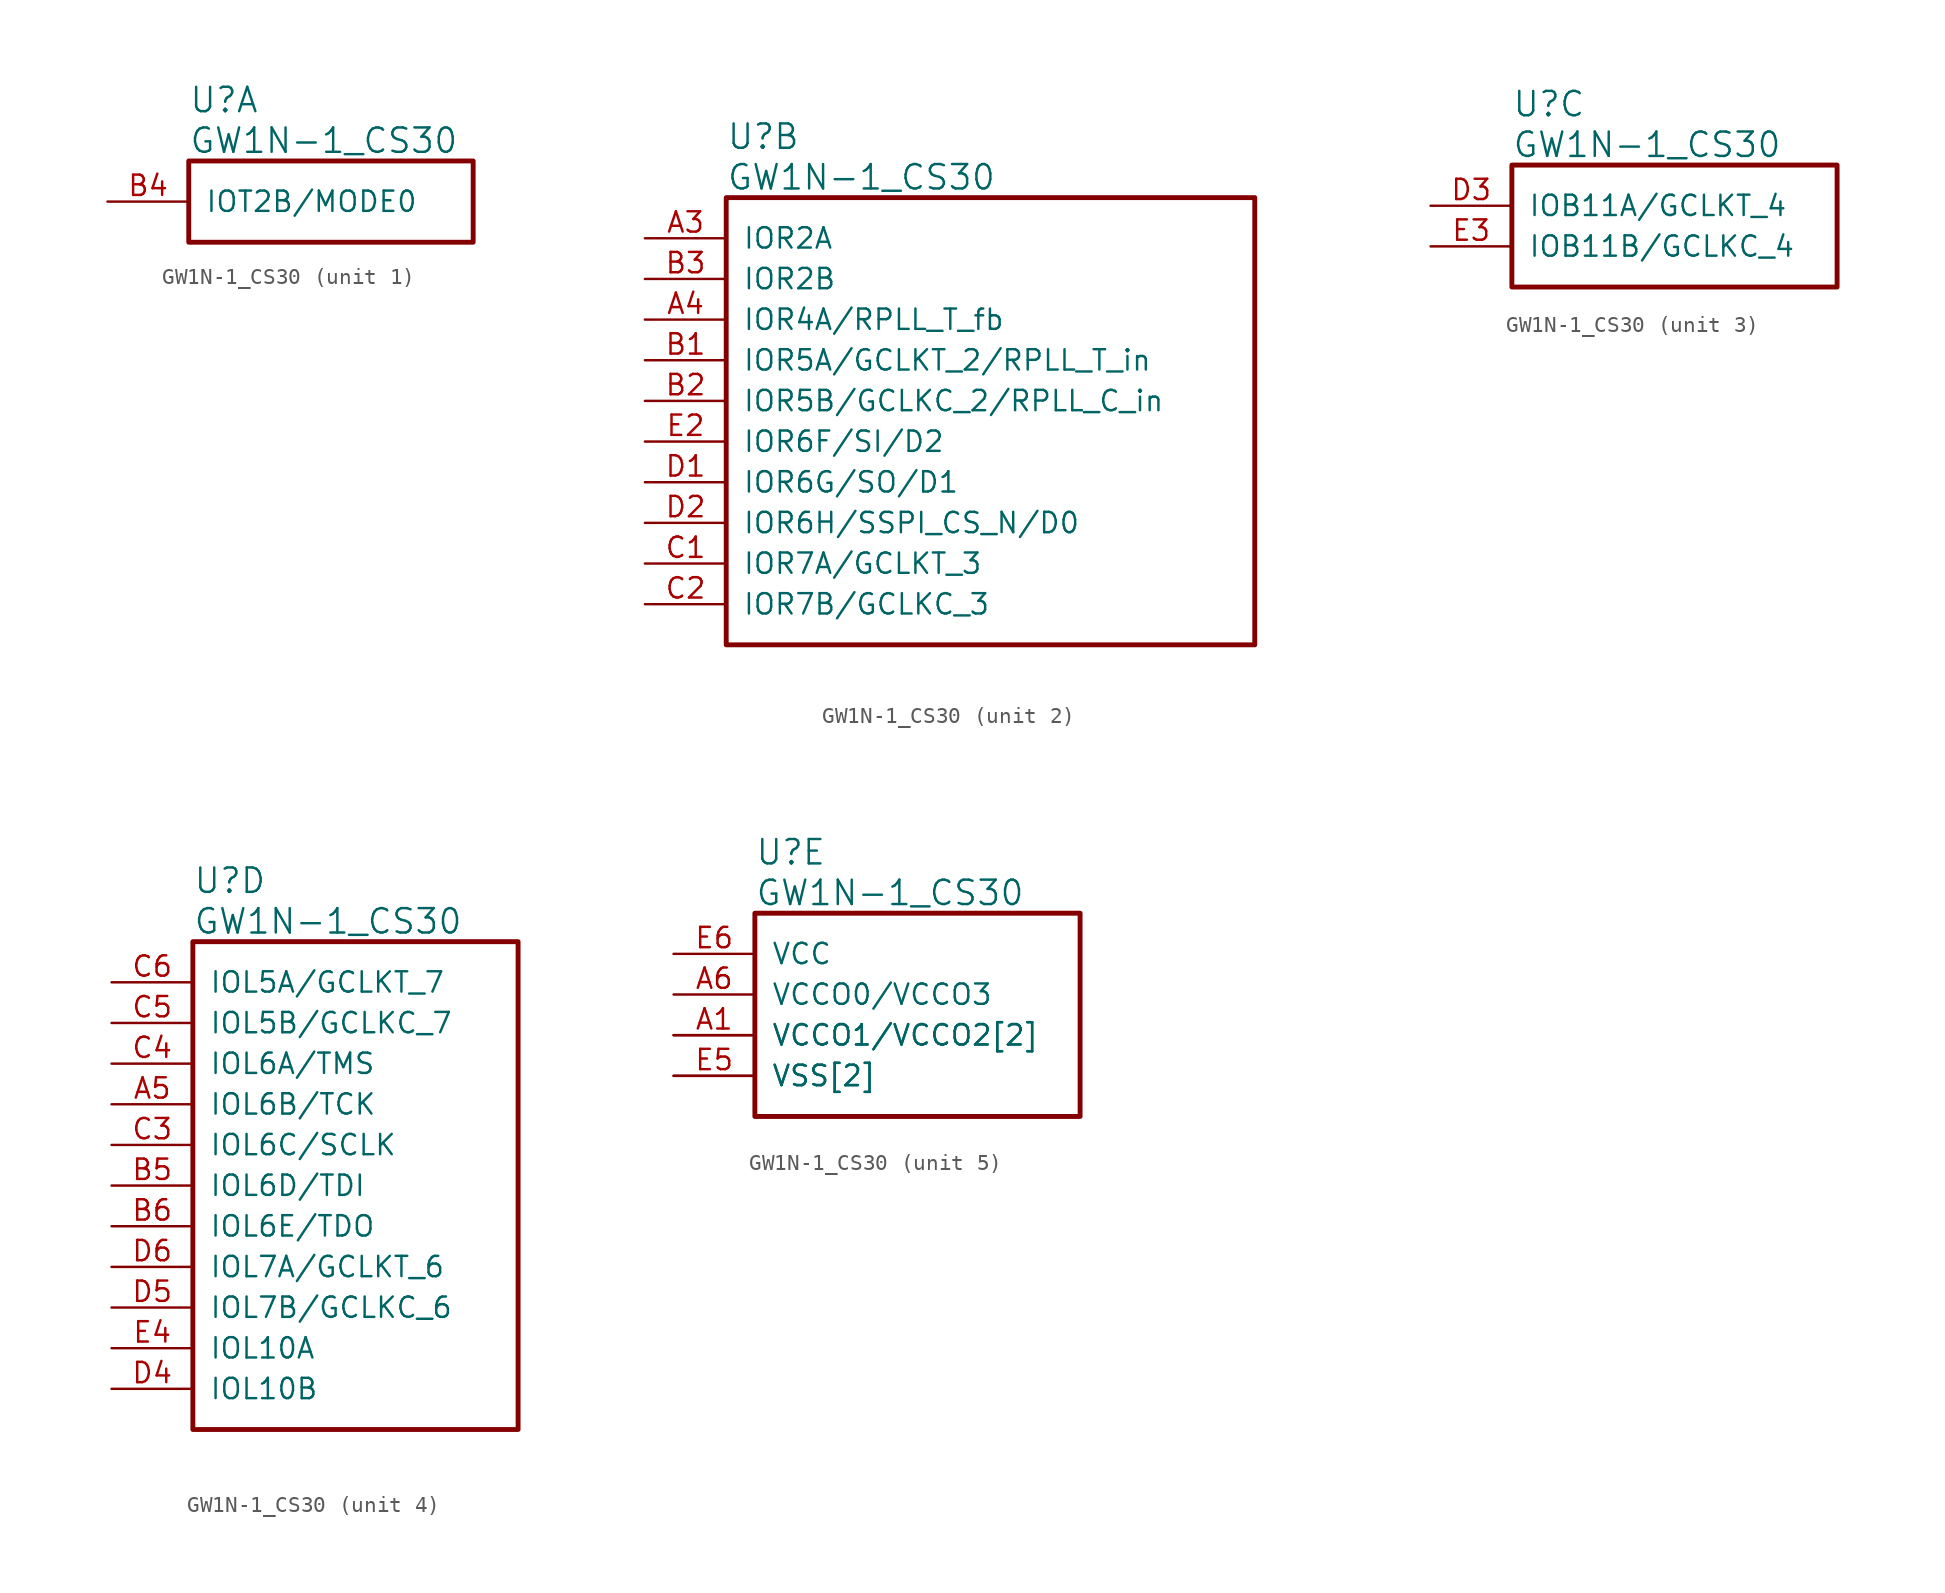
<source format=kicad_sym>
(kicad_symbol_lib
  (version 20241209)
  (generator "kicad_symbol_editor")
  (generator_version "9.0")
  (symbol "GW1N-1_CS30"
    (pin_names
      (offset 1.016))
    (property "Reference" "U"
      (at 5.08 6.35 0)
      (effects (font (size 1.524 1.524)) (justify left)))
    (property "Value" "GW1N-1_CS30"
      (at 5.08 3.81 0)
      (effects (font (size 1.524 1.524)) (justify left)))
    (property "ki_locked" ""
      (at 0 0 0)
      (effects (font (size 1.27 1.27))))
    (symbol "GW1N-1_CS30_1_1"
      (rectangle (start 5.08 2.54) (end 22.86 -2.54) (stroke (width 0.305) (type solid)) (fill (type none)))
      (pin bidirectional line (at 0 0 0) (length 5.08) (name "IOT2B/MODE0" (effects (font (size 1.27 1.27)))) (number "B4" (effects (font (size 1.27 1.27))))))
    (symbol "GW1N-1_CS30_2_1"
      (rectangle (start 5.08 2.54) (end 38.1 -25.4) (stroke (width 0.305) (type solid)) (fill (type none)))
      (pin bidirectional line (at 0 0 0) (length 5.08) (name "IOR2A" (effects (font (size 1.27 1.27)))) (number "A3" (effects (font (size 1.27 1.27)))))
      (pin bidirectional line (at 0 -2.54 0) (length 5.08) (name "IOR2B" (effects (font (size 1.27 1.27)))) (number "B3" (effects (font (size 1.27 1.27)))))
      (pin bidirectional line (at 0 -5.08 0) (length 5.08) (name "IOR4A/RPLL_T_fb" (effects (font (size 1.27 1.27)))) (number "A4" (effects (font (size 1.27 1.27)))))
      (pin bidirectional line (at 0 -7.62 0) (length 5.08) (name "IOR5A/GCLKT_2/RPLL_T_in" (effects (font (size 1.27 1.27)))) (number "B1" (effects (font (size 1.27 1.27)))))
      (pin bidirectional line (at 0 -10.16 0) (length 5.08) (name "IOR5B/GCLKC_2/RPLL_C_in" (effects (font (size 1.27 1.27)))) (number "B2" (effects (font (size 1.27 1.27)))))
      (pin bidirectional line (at 0 -12.7 0) (length 5.08) (name "IOR6F/SI/D2" (effects (font (size 1.27 1.27)))) (number "E2" (effects (font (size 1.27 1.27)))))
      (pin bidirectional line (at 0 -15.24 0) (length 5.08) (name "IOR6G/SO/D1" (effects (font (size 1.27 1.27)))) (number "D1" (effects (font (size 1.27 1.27)))))
      (pin bidirectional line (at 0 -17.78 0) (length 5.08) (name "IOR6H/SSPI_CS_N/D0" (effects (font (size 1.27 1.27)))) (number "D2" (effects (font (size 1.27 1.27)))))
      (pin bidirectional line (at 0 -20.32 0) (length 5.08) (name "IOR7A/GCLKT_3" (effects (font (size 1.27 1.27)))) (number "C1" (effects (font (size 1.27 1.27)))))
      (pin bidirectional line (at 0 -22.86 0) (length 5.08) (name "IOR7B/GCLKC_3" (effects (font (size 1.27 1.27)))) (number "C2" (effects (font (size 1.27 1.27))))))
    (symbol "GW1N-1_CS30_3_1"
      (rectangle (start 5.08 2.54) (end 25.4 -5.08) (stroke (width 0.305) (type solid)) (fill (type none)))
      (pin bidirectional line (at 0 0 0) (length 5.08) (name "IOB11A/GCLKT_4" (effects (font (size 1.27 1.27)))) (number "D3" (effects (font (size 1.27 1.27)))))
      (pin bidirectional line (at 0 -2.54 0) (length 5.08) (name "IOB11B/GCLKC_4" (effects (font (size 1.27 1.27)))) (number "E3" (effects (font (size 1.27 1.27))))))
    (symbol "GW1N-1_CS30_4_1"
      (rectangle (start 5.08 2.54) (end 25.4 -27.94) (stroke (width 0.305) (type solid)) (fill (type none)))
      (pin bidirectional line (at 0 0 0) (length 5.08) (name "IOL5A/GCLKT_7" (effects (font (size 1.27 1.27)))) (number "C6" (effects (font (size 1.27 1.27)))))
      (pin bidirectional line (at 0 -2.54 0) (length 5.08) (name "IOL5B/GCLKC_7" (effects (font (size 1.27 1.27)))) (number "C5" (effects (font (size 1.27 1.27)))))
      (pin bidirectional line (at 0 -5.08 0) (length 5.08) (name "IOL6A/TMS" (effects (font (size 1.27 1.27)))) (number "C4" (effects (font (size 1.27 1.27)))))
      (pin bidirectional line (at 0 -7.62 0) (length 5.08) (name "IOL6B/TCK" (effects (font (size 1.27 1.27)))) (number "A5" (effects (font (size 1.27 1.27)))))
      (pin bidirectional line (at 0 -10.16 0) (length 5.08) (name "IOL6C/SCLK" (effects (font (size 1.27 1.27)))) (number "C3" (effects (font (size 1.27 1.27)))))
      (pin bidirectional line (at 0 -12.7 0) (length 5.08) (name "IOL6D/TDI" (effects (font (size 1.27 1.27)))) (number "B5" (effects (font (size 1.27 1.27)))))
      (pin bidirectional line (at 0 -15.24 0) (length 5.08) (name "IOL6E/TDO" (effects (font (size 1.27 1.27)))) (number "B6" (effects (font (size 1.27 1.27)))))
      (pin bidirectional line (at 0 -17.78 0) (length 5.08) (name "IOL7A/GCLKT_6" (effects (font (size 1.27 1.27)))) (number "D6" (effects (font (size 1.27 1.27)))))
      (pin bidirectional line (at 0 -20.32 0) (length 5.08) (name "IOL7B/GCLKC_6" (effects (font (size 1.27 1.27)))) (number "D5" (effects (font (size 1.27 1.27)))))
      (pin bidirectional line (at 0 -22.86 0) (length 5.08) (name "IOL10A" (effects (font (size 1.27 1.27)))) (number "E4" (effects (font (size 1.27 1.27)))))
      (pin bidirectional line (at 0 -25.4 0) (length 5.08) (name "IOL10B" (effects (font (size 1.27 1.27)))) (number "D4" (effects (font (size 1.27 1.27))))))
    (symbol "GW1N-1_CS30_5_1"
      (rectangle (start 5.08 2.54) (end 25.4 -10.16) (stroke (width 0.305) (type solid)) (fill (type none)))
      (pin power_in line (at 0 0 0) (length 5.08) (name "VCC" (effects (font (size 1.27 1.27)))) (number "E6" (effects (font (size 1.27 1.27)))))
      (pin power_in line (at 0 -2.54 0) (length 5.08) (name "VCCO0/VCCO3" (effects (font (size 1.27 1.27)))) (number "A6" (effects (font (size 1.27 1.27)))))
      (pin power_in line (at 0 -5.08 0) (length 5.08) (name "VCCO1/VCCO2[2]" (effects (font (size 1.27 1.27)))) (number "A1" (effects (font (size 1.27 1.27)))))
      (pin power_in line (at 0 -5.08 0) (length 5.08) (name "VCCO1/VCCO2[2]" (effects (font (size 1.27 1.27)))) (number "E1" (effects (font (size 0 0)))))
      (pin power_in line (at 0 -7.62 0) (length 5.08) (name "VSS[2]" (effects (font (size 1.27 1.27)))) (number "A2" (effects (font (size 0 0)))))
      (pin power_in line (at 0 -7.62 0) (length 5.08) (name "VSS[2]" (effects (font (size 1.27 1.27)))) (number "E5" (effects (font (size 1.27 1.27))))))))
</source>
